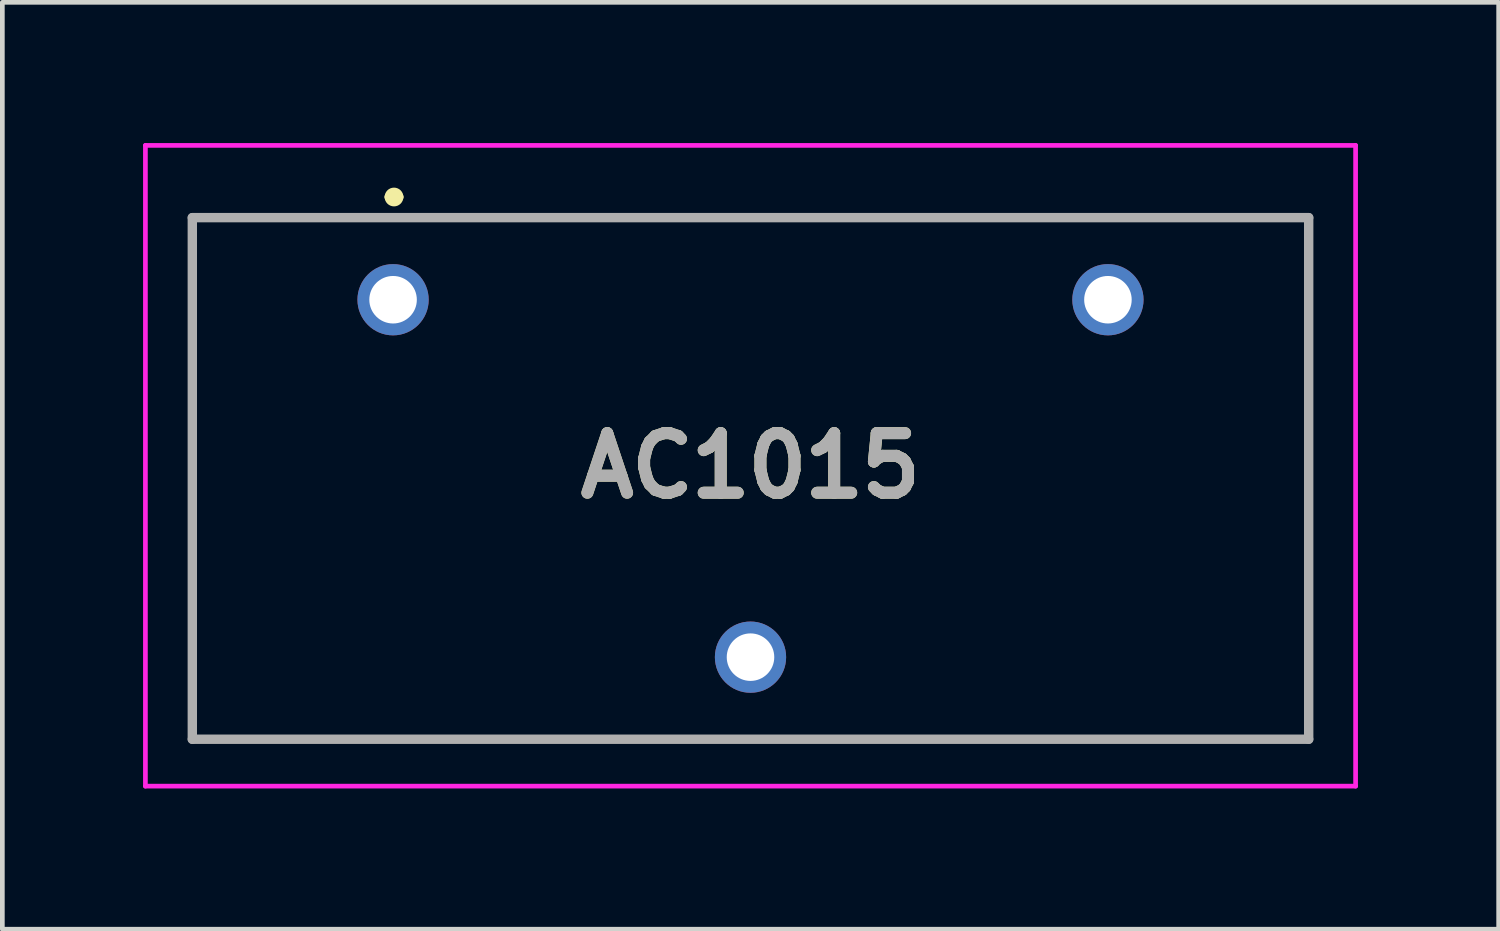
<source format=kicad_pcb>
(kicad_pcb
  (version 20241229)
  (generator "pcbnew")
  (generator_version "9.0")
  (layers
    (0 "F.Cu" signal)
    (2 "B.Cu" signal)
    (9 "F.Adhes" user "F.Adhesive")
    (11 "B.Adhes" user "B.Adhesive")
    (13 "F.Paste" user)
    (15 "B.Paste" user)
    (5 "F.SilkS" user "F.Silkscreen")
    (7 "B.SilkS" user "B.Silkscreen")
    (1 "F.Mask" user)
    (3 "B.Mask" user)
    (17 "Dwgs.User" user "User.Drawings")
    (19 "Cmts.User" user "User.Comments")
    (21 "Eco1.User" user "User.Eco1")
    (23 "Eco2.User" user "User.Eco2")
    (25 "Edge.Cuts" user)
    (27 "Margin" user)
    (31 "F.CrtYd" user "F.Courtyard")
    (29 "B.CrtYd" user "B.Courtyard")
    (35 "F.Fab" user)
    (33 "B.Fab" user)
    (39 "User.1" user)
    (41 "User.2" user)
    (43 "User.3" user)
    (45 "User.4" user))
  (footprint "AC1015"
    (layer "F.Cu")
    (at 12.95 7.15)
    (property "Reference" "AC1015" (at 0 -0.27 0) (layer "F.SilkS") (effects (font (size 1.27 1.27) (thickness 0.254))))
    (attr through_hole)
    (fp_line (start -11.9 -5.56) (end 11.9 -5.56) (stroke (width 0.1) (type solid)) (layer "F.SilkS"))
    (fp_line (start -11.9 5.56) (end -11.9 -5.56) (stroke (width 0.1) (type solid)) (layer "F.SilkS"))
    (fp_line (start -7.7 -6) (end -7.7 -6) (stroke (width 0.2) (type solid)) (layer "F.SilkS"))
    (fp_line (start -7.5 -6) (end -7.5 -6) (stroke (width 0.2) (type solid)) (layer "F.SilkS"))
    (fp_line (start 11.9 -5.56) (end 11.9 5.56) (stroke (width 0.1) (type solid)) (layer "F.SilkS"))
    (fp_line (start 11.9 5.56) (end -11.9 5.56) (stroke (width 0.1) (type solid)) (layer "F.SilkS"))
    (fp_arc (start -7.7 -6) (mid -7.6 -6.1) (end -7.5 -6) (stroke (width 0.2) (type solid)) (layer "F.SilkS"))
    (fp_arc (start -7.5 -6) (mid -7.6 -5.9) (end -7.7 -6) (stroke (width 0.2) (type solid)) (layer "F.SilkS"))
    (fp_line (start -12.9 -7.1) (end 12.9 -7.1) (stroke (width 0.1) (type solid)) (layer "F.CrtYd"))
    (fp_line (start -12.9 6.56) (end -12.9 -7.1) (stroke (width 0.1) (type solid)) (layer "F.CrtYd"))
    (fp_line (start 12.9 -7.1) (end 12.9 6.56) (stroke (width 0.1) (type solid)) (layer "F.CrtYd"))
    (fp_line (start 12.9 6.56) (end -12.9 6.56) (stroke (width 0.1) (type solid)) (layer "F.CrtYd"))
    (fp_line (start -11.9 -5.56) (end 11.9 -5.56) (stroke (width 0.2) (type solid)) (layer "F.Fab"))
    (fp_line (start -11.9 5.56) (end -11.9 -5.56) (stroke (width 0.2) (type solid)) (layer "F.Fab"))
    (fp_line (start 11.9 -5.56) (end 11.9 5.56) (stroke (width 0.2) (type solid)) (layer "F.Fab"))
    (fp_line (start 11.9 5.56) (end -11.9 5.56) (stroke (width 0.2) (type solid)) (layer "F.Fab"))
    (fp_text user "${REFERENCE}" (at 0 -0.27 0) (layer "F.Fab") (effects (font (size 1.27 1.27) (thickness 0.254))))
    (pad "1" thru_hole circle (at -7.62 -3.81) (size 1.519 1.519) (drill 1.013) (layers "*.Cu" "*.Mask"))
    (pad "2" thru_hole circle (at 7.62 -3.81) (size 1.519 1.519) (drill 1.013) (layers "*.Cu" "*.Mask"))
    (pad "3" thru_hole circle (at 0 3.81) (size 1.519 1.519) (drill 1.013) (layers "*.Cu" "*.Mask")))
  (gr_rect
    (start -3 -3)
    (end 28.9 16.76)
    (stroke (width 0.1) (type default))
    (fill no)
    (layer "Edge.Cuts")))
</source>
